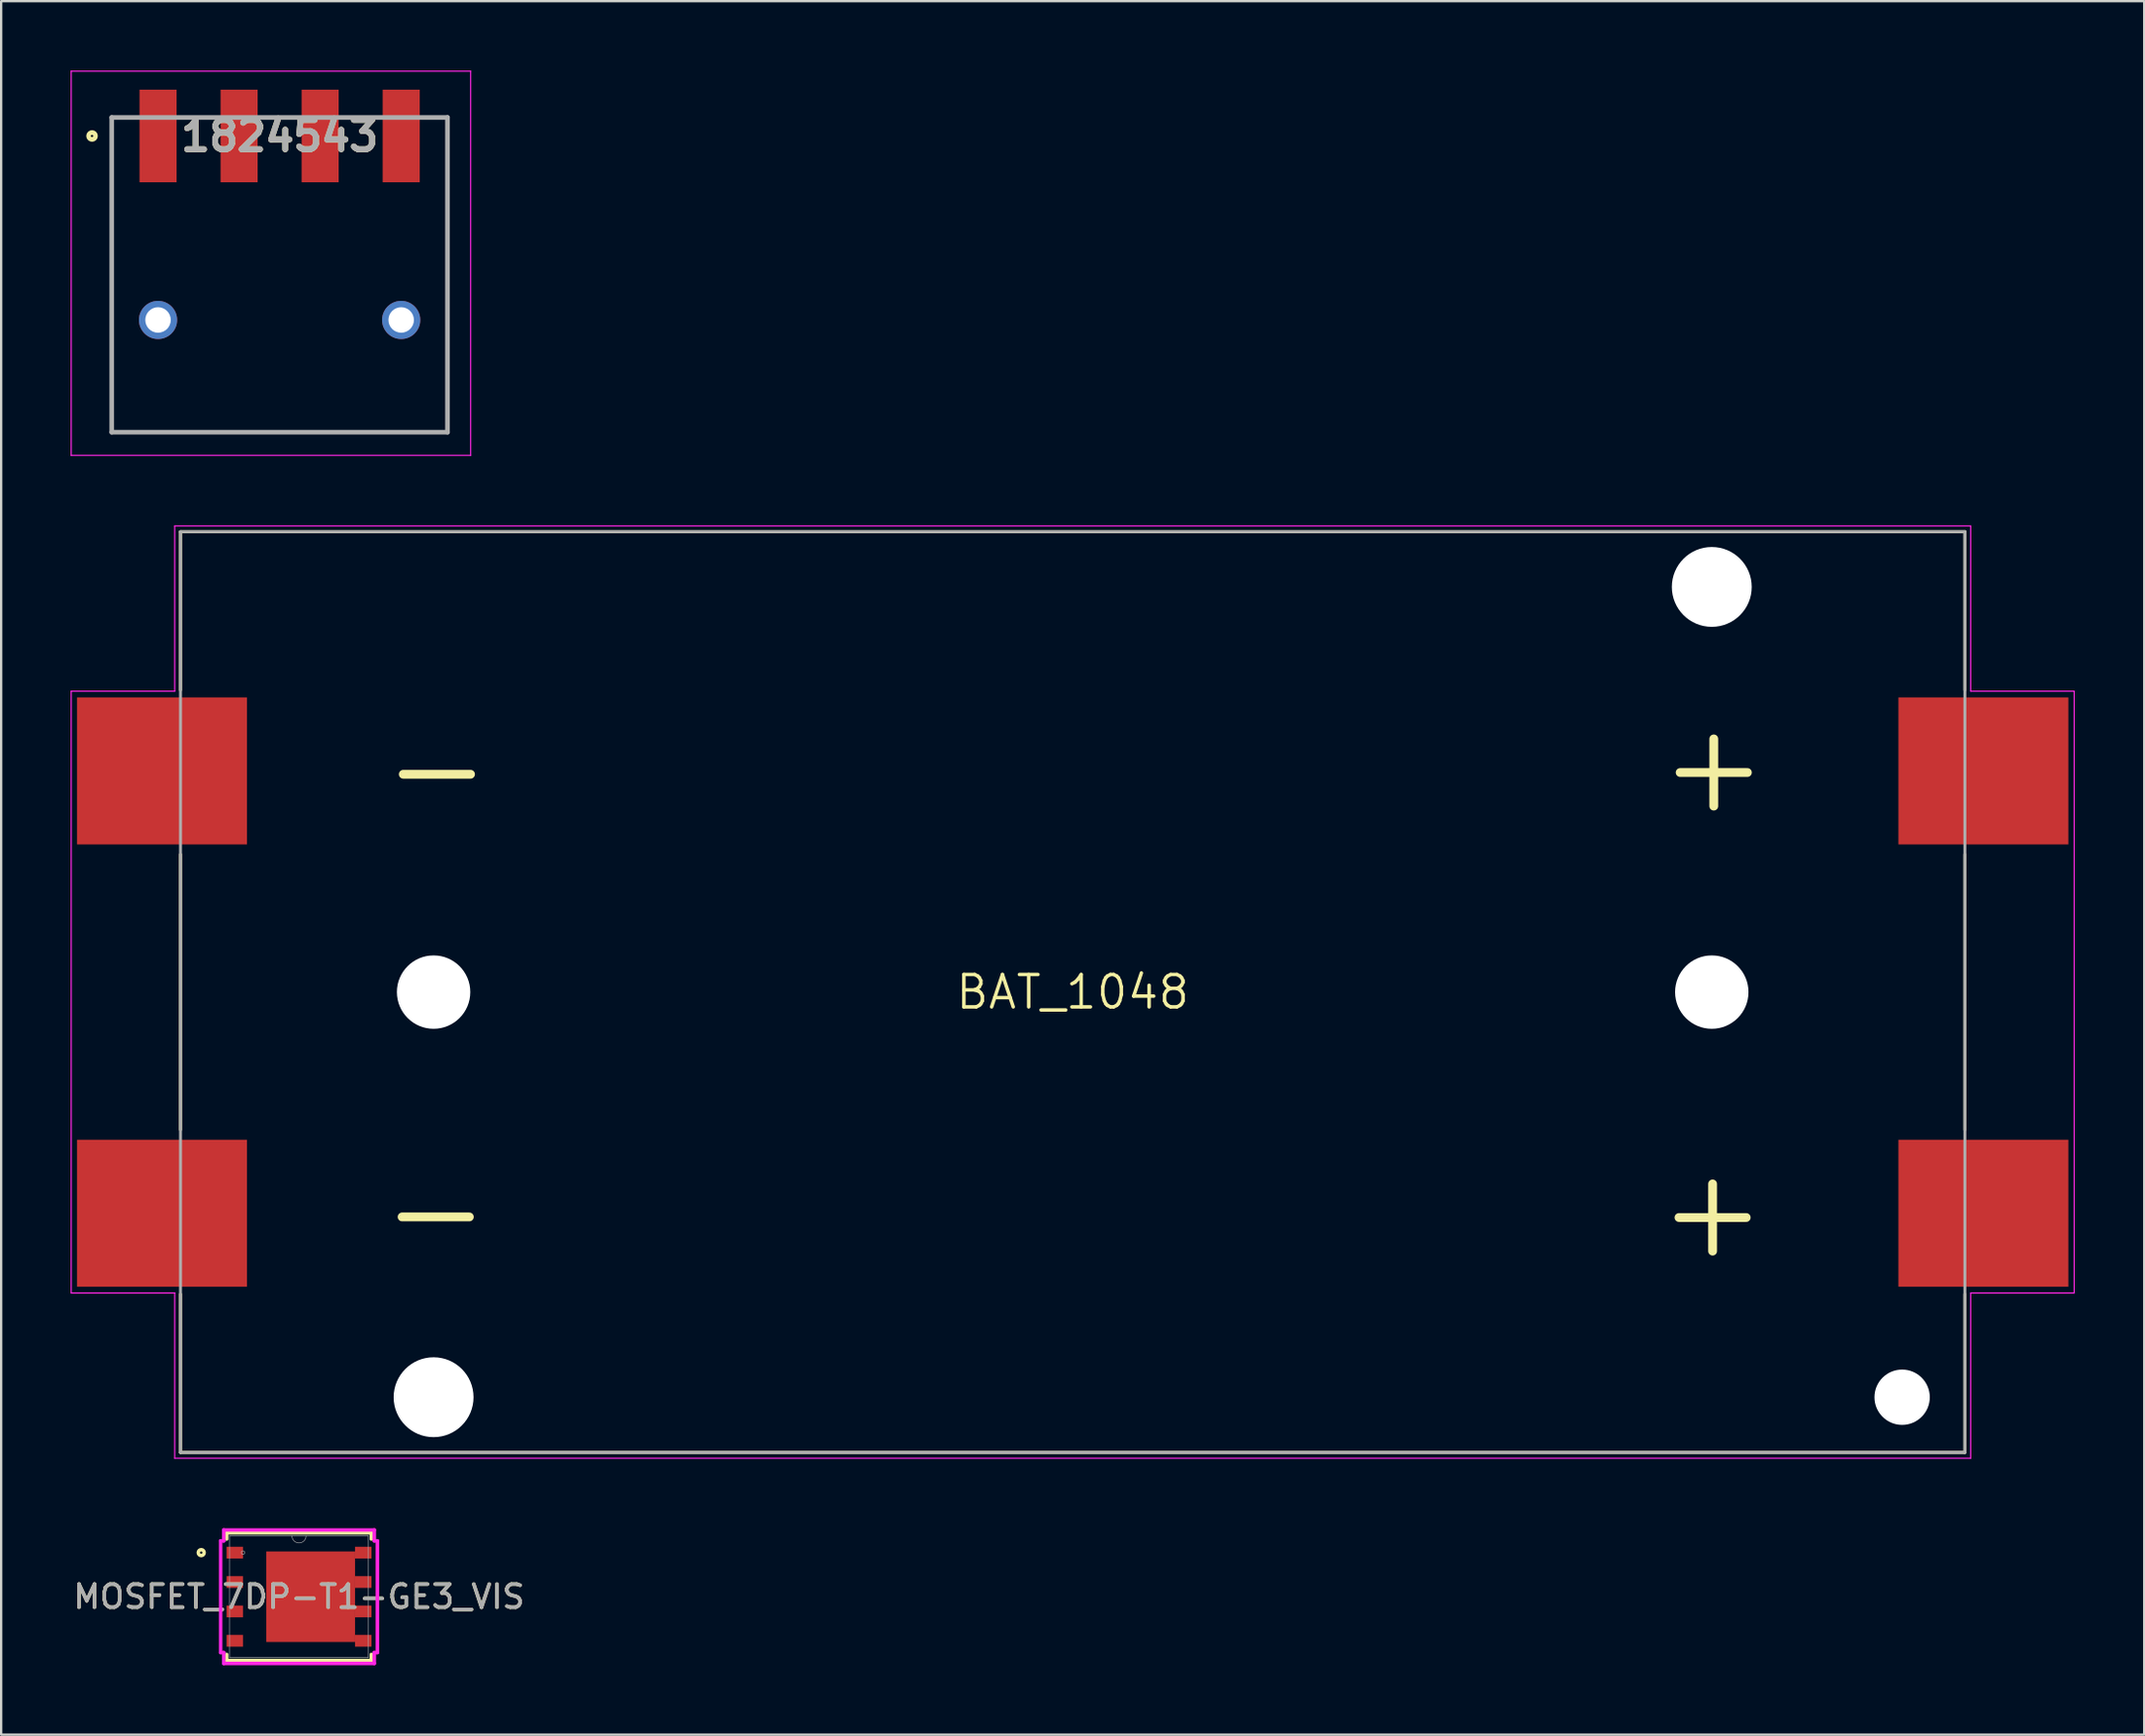
<source format=kicad_pcb>
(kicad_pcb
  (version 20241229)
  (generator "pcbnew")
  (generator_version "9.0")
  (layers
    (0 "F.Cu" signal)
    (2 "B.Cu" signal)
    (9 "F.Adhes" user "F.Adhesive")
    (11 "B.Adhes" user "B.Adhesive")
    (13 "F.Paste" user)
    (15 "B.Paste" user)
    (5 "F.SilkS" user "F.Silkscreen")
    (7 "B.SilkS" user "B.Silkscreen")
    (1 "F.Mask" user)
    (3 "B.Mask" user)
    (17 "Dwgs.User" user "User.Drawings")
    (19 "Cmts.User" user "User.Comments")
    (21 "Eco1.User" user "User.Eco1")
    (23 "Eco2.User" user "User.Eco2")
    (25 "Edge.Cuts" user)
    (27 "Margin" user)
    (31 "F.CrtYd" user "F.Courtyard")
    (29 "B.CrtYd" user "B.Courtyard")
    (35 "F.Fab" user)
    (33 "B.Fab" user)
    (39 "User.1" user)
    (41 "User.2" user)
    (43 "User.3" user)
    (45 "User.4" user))
  (footprint "MOSFET_7DP-T1-GE3_VIS"
    (layer "F.Cu")
    (at 9.863 65.939)
    (property "Reference" "MOSFET_7DP-T1-GE3_VIS" (at 0 0 0) (unlocked yes) (layer "F.SilkS") (effects (font (size 1 1) (thickness 0.15))))
    (attr smd)
    (fp_poly (pts (xy -1.416 -1.956) (xy -1.416 1.956) (xy 2.419 1.956) (xy 2.419 2.159) (xy 3.131 2.159) (xy 3.131 1.651) (xy 2.419 1.651) (xy 2.419 0.889) (xy 3.131 0.889) (xy 3.131 0.381) (xy 2.419 0.381) (xy 2.419 -0.381) (xy 3.131 -0.381) (xy 3.131 -0.889) (xy 2.419 -0.889) (xy 2.419 -1.651) (xy 3.131 -1.651) (xy 3.131 -2.159) (xy 2.419 -2.159) (xy 2.419 -1.956)) (stroke (width 0) (type solid)) (fill yes) (layer "F.Mask"))
    (fp_line (start -3.124 -2.756) (end -3.124 -2.492) (stroke (width 0.152) (type solid)) (layer "F.SilkS"))
    (fp_line (start -3.124 2.492) (end -3.124 2.756) (stroke (width 0.152) (type solid)) (layer "F.SilkS"))
    (fp_line (start -3.124 2.756) (end 3.124 2.756) (stroke (width 0.152) (type solid)) (layer "F.SilkS"))
    (fp_line (start 3.124 -2.756) (end -3.124 -2.756) (stroke (width 0.152) (type solid)) (layer "F.SilkS"))
    (fp_line (start 3.124 -2.492) (end 3.124 -2.756) (stroke (width 0.152) (type solid)) (layer "F.SilkS"))
    (fp_line (start 3.124 2.756) (end 3.124 2.492) (stroke (width 0.152) (type solid)) (layer "F.SilkS"))
    (fp_circle (center -4.223 -1.905) (end -4.096 -1.905) (stroke (width 0.152) (type solid)) (fill no) (layer "F.SilkS"))
    (fp_poly (pts (xy -1.818 -1.856) (xy -1.818 -0.752) (xy -0.739 -0.752) (xy -0.739 -1.856)) (stroke (width 0) (type solid)) (fill yes) (layer "F.Paste"))
    (fp_poly (pts (xy -1.818 -0.552) (xy -1.818 0.552) (xy -0.739 0.552) (xy -0.739 -0.552)) (stroke (width 0) (type solid)) (fill yes) (layer "F.Paste"))
    (fp_poly (pts (xy -1.818 0.752) (xy -1.818 1.856) (xy -0.739 1.856) (xy -0.739 0.752)) (stroke (width 0) (type solid)) (fill yes) (layer "F.Paste"))
    (fp_poly (pts (xy -0.539 -1.856) (xy -0.539 -0.752) (xy 0.539 -0.752) (xy 0.539 -1.856)) (stroke (width 0) (type solid)) (fill yes) (layer "F.Paste"))
    (fp_poly (pts (xy -0.539 -0.552) (xy -0.539 0.552) (xy 0.539 0.552) (xy 0.539 -0.552)) (stroke (width 0) (type solid)) (fill yes) (layer "F.Paste"))
    (fp_poly (pts (xy -0.539 0.752) (xy -0.539 1.856) (xy 0.539 1.856) (xy 0.539 0.752)) (stroke (width 0) (type solid)) (fill yes) (layer "F.Paste"))
    (fp_poly (pts (xy 0.739 -1.856) (xy 0.739 -0.752) (xy 1.818 -0.752) (xy 1.818 -1.856)) (stroke (width 0) (type solid)) (fill yes) (layer "F.Paste"))
    (fp_poly (pts (xy 0.739 -0.552) (xy 0.739 0.552) (xy 1.818 0.552) (xy 1.818 -0.552)) (stroke (width 0) (type solid)) (fill yes) (layer "F.Paste"))
    (fp_poly (pts (xy 0.739 0.752) (xy 0.739 1.856) (xy 1.818 1.856) (xy 1.818 0.752)) (stroke (width 0) (type solid)) (fill yes) (layer "F.Paste"))
    (fp_poly (pts (xy -1.416 -1.956) (xy -1.416 1.956) (xy 2.419 1.956) (xy 2.419 2.159) (xy 3.131 2.159) (xy 3.131 1.651) (xy 2.419 1.651) (xy 2.419 0.889) (xy 3.131 0.889) (xy 3.131 0.381) (xy 2.419 0.381) (xy 2.419 -0.381) (xy 3.131 -0.381) (xy 3.131 -0.889) (xy 2.419 -0.889) (xy 2.419 -1.651) (xy 3.131 -1.651) (xy 3.131 -2.159) (xy 2.419 -2.159) (xy 2.419 -1.956)) (stroke (width 0) (type solid)) (fill yes) (layer "F.Paste"))
    (fp_line (start -3.385 -2.413) (end -3.251 -2.413) (stroke (width 0.152) (type solid)) (layer "F.CrtYd"))
    (fp_line (start -3.385 2.413) (end -3.385 -2.413) (stroke (width 0.152) (type solid)) (layer "F.CrtYd"))
    (fp_line (start -3.385 2.413) (end -3.251 2.413) (stroke (width 0.152) (type solid)) (layer "F.CrtYd"))
    (fp_line (start -3.251 -2.883) (end 3.251 -2.883) (stroke (width 0.152) (type solid)) (layer "F.CrtYd"))
    (fp_line (start -3.251 -2.413) (end -3.251 -2.883) (stroke (width 0.152) (type solid)) (layer "F.CrtYd"))
    (fp_line (start -3.251 2.883) (end -3.251 2.413) (stroke (width 0.152) (type solid)) (layer "F.CrtYd"))
    (fp_line (start 3.251 -2.883) (end 3.251 -2.413) (stroke (width 0.152) (type solid)) (layer "F.CrtYd"))
    (fp_line (start 3.251 2.413) (end 3.251 2.883) (stroke (width 0.152) (type solid)) (layer "F.CrtYd"))
    (fp_line (start 3.251 2.883) (end -3.251 2.883) (stroke (width 0.152) (type solid)) (layer "F.CrtYd"))
    (fp_line (start 3.385 -2.413) (end 3.251 -2.413) (stroke (width 0.152) (type solid)) (layer "F.CrtYd"))
    (fp_line (start 3.385 -2.413) (end 3.385 2.413) (stroke (width 0.152) (type solid)) (layer "F.CrtYd"))
    (fp_line (start 3.385 2.413) (end 3.251 2.413) (stroke (width 0.152) (type solid)) (layer "F.CrtYd"))
    (fp_line (start -2.997 -2.629) (end -2.997 2.629) (stroke (width 0.025) (type solid)) (layer "F.Fab"))
    (fp_line (start -2.997 2.629) (end 2.997 2.629) (stroke (width 0.025) (type solid)) (layer "F.Fab"))
    (fp_line (start 2.997 -2.629) (end -2.997 -2.629) (stroke (width 0.025) (type solid)) (layer "F.Fab"))
    (fp_line (start 2.997 2.629) (end 2.997 -2.629) (stroke (width 0.025) (type solid)) (layer "F.Fab"))
    (fp_arc (start 0.3048 -2.6289) (mid 0 -2.3241) (end -0.3048 -2.6289) (stroke (width 0.0254) (type solid)) (layer "F.Fab"))
    (fp_circle (center -2.419 -1.905) (end -2.343 -1.905) (stroke (width 0.025) (type solid)) (fill no) (layer "F.Fab"))
    (fp_text user "${REFERENCE}" (at 0 0 0) (unlocked yes) (layer "F.Fab") (effects (font (size 1 1) (thickness 0.15))))
    (pad "1" smd rect (at -2.775 -1.905) (size 0.711 0.508) (layers "F.Cu" "F.Mask" "F.Paste"))
    (pad "2" smd rect (at -2.775 -0.635) (size 0.711 0.508) (layers "F.Cu" "F.Mask" "F.Paste"))
    (pad "3" smd rect (at -2.775 0.635) (size 0.711 0.508) (layers "F.Cu" "F.Mask" "F.Paste"))
    (pad "4" smd rect (at -2.775 1.905) (size 0.711 0.508) (layers "F.Cu" "F.Mask" "F.Paste"))
    (pad "5" smd rect (at 2.775 1.905) (size 0.711 0.508) (layers "F.Cu" "F.Mask" "F.Paste"))
    (pad "6" smd rect (at 2.775 0.635) (size 0.711 0.508) (layers "F.Cu" "F.Mask" "F.Paste"))
    (pad "7" smd rect (at 2.775 -0.635) (size 0.711 0.508) (layers "F.Cu" "F.Mask" "F.Paste"))
    (pad "8" smd rect (at 0.502 0) (size 3.835 3.912) (layers "F.Cu" "F.Mask" "F.Paste"))
    (pad "8" smd rect (at 2.775 -1.905) (size 0.711 0.508) (layers "F.Cu" "F.Mask" "F.Paste")))
  (footprint "1824543"
    (layer "F.Cu")
    (at 9.025 2.825)
    (property "Reference" "1824543" (at 0 0 0) (layer "F.SilkS") (effects (font (size 1.27 1.27) (thickness 0.254))))
    (attr through_hole)
    (fp_line (start -7.25 12.8) (end -7.25 -0.8) (stroke (width 0.1) (type solid)) (layer "F.SilkS"))
    (fp_line (start 7.25 -0.8) (end 7.25 12.8) (stroke (width 0.1) (type solid)) (layer "F.SilkS"))
    (fp_line (start 7.25 12.8) (end -7.25 12.8) (stroke (width 0.1) (type solid)) (layer "F.SilkS"))
    (fp_circle (center -8.1 0) (end -8.1 0.05) (stroke (width 0.2) (type solid)) (fill no) (layer "F.SilkS"))
    (fp_line (start -9 -2.8) (end 8.25 -2.8) (stroke (width 0.05) (type solid)) (layer "F.CrtYd"))
    (fp_line (start -9 13.8) (end -9 -2.8) (stroke (width 0.05) (type solid)) (layer "F.CrtYd"))
    (fp_line (start 8.25 -2.8) (end 8.25 13.8) (stroke (width 0.05) (type solid)) (layer "F.CrtYd"))
    (fp_line (start 8.25 13.8) (end -9 13.8) (stroke (width 0.05) (type solid)) (layer "F.CrtYd"))
    (fp_line (start -7.25 -0.8) (end 7.25 -0.8) (stroke (width 0.2) (type solid)) (layer "F.Fab"))
    (fp_line (start -7.25 12.8) (end -7.25 -0.8) (stroke (width 0.2) (type solid)) (layer "F.Fab"))
    (fp_line (start 7.25 -0.8) (end 7.25 12.8) (stroke (width 0.2) (type solid)) (layer "F.Fab"))
    (fp_line (start 7.25 12.8) (end -7.25 12.8) (stroke (width 0.2) (type solid)) (layer "F.Fab"))
    (fp_text user "${REFERENCE}" (at 0 0 0) (layer "F.Fab") (effects (font (size 1.27 1.27) (thickness 0.254))))
    (pad "1" smd rect (at -5.25 0) (size 1.6 4) (layers "F.Cu" "F.Mask" "F.Paste"))
    (pad "2" smd rect (at -1.75 0) (size 1.6 4) (layers "F.Cu" "F.Mask" "F.Paste"))
    (pad "3" smd rect (at 1.75 0) (size 1.6 4) (layers "F.Cu" "F.Mask" "F.Paste"))
    (pad "4" smd rect (at 5.25 0) (size 1.6 4) (layers "F.Cu" "F.Mask" "F.Paste"))
    (pad "5" thru_hole circle (at -5.25 7.95) (size 1.65 1.65) (drill 1.1) (layers "*.Cu" "*.Mask"))
    (pad "6" thru_hole circle (at 5.25 7.95) (size 1.65 1.65) (drill 1.1) (layers "*.Cu" "*.Mask")))
  (footprint "BAT_1048"
    (layer "F.Cu")
    (at 43.275 39.815)
    (property "Reference" "BAT_1048" (at 0 0 0) (layer "F.SilkS") (effects (font (size 1.4 1.4) (thickness 0.15))))
    (attr through_hole)
    (fp_line (start -38.53 -19.89) (end 38.53 -19.89) (stroke (width 0.127) (type solid)) (layer "F.SilkS"))
    (fp_line (start -38.53 -13.05) (end -38.53 -19.89) (stroke (width 0.127) (type solid)) (layer "F.SilkS"))
    (fp_line (start -38.53 -5.95) (end -38.53 5.95) (stroke (width 0.127) (type solid)) (layer "F.SilkS"))
    (fp_line (start -38.53 13.05) (end -38.53 19.89) (stroke (width 0.127) (type solid)) (layer "F.SilkS"))
    (fp_line (start -38.53 19.89) (end 38.53 19.89) (stroke (width 0.127) (type solid)) (layer "F.SilkS"))
    (fp_line (start 38.53 -19.89) (end 38.53 -13.05) (stroke (width 0.127) (type solid)) (layer "F.SilkS"))
    (fp_line (start 38.53 -5.95) (end 38.53 5.95) (stroke (width 0.127) (type solid)) (layer "F.SilkS"))
    (fp_line (start 38.53 19.89) (end 38.53 13.05) (stroke (width 0.127) (type solid)) (layer "F.SilkS"))
    (fp_line (start -43.25 -13) (end -38.78 -13) (stroke (width 0.05) (type solid)) (layer "F.CrtYd"))
    (fp_line (start -43.25 13) (end -43.25 -13) (stroke (width 0.05) (type solid)) (layer "F.CrtYd"))
    (fp_line (start -38.78 -20.14) (end 38.78 -20.14) (stroke (width 0.05) (type solid)) (layer "F.CrtYd"))
    (fp_line (start -38.78 -13) (end -38.78 -20.14) (stroke (width 0.05) (type solid)) (layer "F.CrtYd"))
    (fp_line (start -38.78 13) (end -43.25 13) (stroke (width 0.05) (type solid)) (layer "F.CrtYd"))
    (fp_line (start -38.78 20.14) (end -38.78 13) (stroke (width 0.05) (type solid)) (layer "F.CrtYd"))
    (fp_line (start 38.78 -20.14) (end 38.78 -13) (stroke (width 0.05) (type solid)) (layer "F.CrtYd"))
    (fp_line (start 38.78 -13) (end 43.25 -13) (stroke (width 0.05) (type solid)) (layer "F.CrtYd"))
    (fp_line (start 38.78 13) (end 38.78 20.14) (stroke (width 0.05) (type solid)) (layer "F.CrtYd"))
    (fp_line (start 38.78 20.14) (end -38.78 20.14) (stroke (width 0.05) (type solid)) (layer "F.CrtYd"))
    (fp_line (start 43.25 -13) (end 43.25 13) (stroke (width 0.05) (type solid)) (layer "F.CrtYd"))
    (fp_line (start 43.25 13) (end 38.78 13) (stroke (width 0.05) (type solid)) (layer "F.CrtYd"))
    (fp_line (start -38.53 -19.89) (end 38.53 -19.89) (stroke (width 0.127) (type solid)) (layer "F.Fab"))
    (fp_line (start -38.53 19.89) (end -38.53 -19.89) (stroke (width 0.127) (type solid)) (layer "F.Fab"))
    (fp_line (start 38.53 -19.89) (end 38.53 19.89) (stroke (width 0.127) (type solid)) (layer "F.Fab"))
    (fp_line (start 38.53 19.89) (end -38.53 19.89) (stroke (width 0.127) (type solid)) (layer "F.Fab"))
    (fp_text user "+" (at 27.635 9.449 0) (unlocked yes) (layer "F.SilkS") (effects (font (size 3.81 3.81) (thickness 0.381)) (justify mirror)))
    (fp_text user "-" (at -27.457 -9.703 0) (unlocked yes) (layer "F.SilkS") (effects (font (size 3.81 3.81) (thickness 0.381)) (justify mirror)))
    (fp_text user "+" (at 27.686 -9.779 0) (unlocked yes) (layer "F.SilkS") (effects (font (size 3.81 3.81) (thickness 0.381)) (justify mirror)))
    (fp_text user "-" (at -27.508 9.423 0) (unlocked yes) (layer "F.SilkS") (effects (font (size 3.81 3.81) (thickness 0.381)) (justify mirror)))
    (pad "" np_thru_hole circle (at -27.6 0) (size 3.17 3.17) (drill 3.17) (layers "*.Cu" "*.Mask"))
    (pad "" np_thru_hole circle (at -27.6 17.505) (size 3.45 3.45) (drill 3.45) (layers "*.Cu" "*.Mask"))
    (pad "" np_thru_hole circle (at 27.6 -17.505) (size 3.45 3.45) (drill 3.45) (layers "*.Cu" "*.Mask"))
    (pad "" np_thru_hole circle (at 27.6 0) (size 3.17 3.17) (drill 3.17) (layers "*.Cu" "*.Mask"))
    (pad "" np_thru_hole circle (at 35.82 17.505) (size 2.39 2.39) (drill 2.39) (layers "*.Cu" "*.Mask"))
    (pad "1" smd rect (at -39.33 -9.555) (size 7.34 6.35) (layers "F.Cu" "F.Mask" "F.Paste"))
    (pad "2" smd rect (at 39.33 -9.555) (size 7.34 6.35) (layers "F.Cu" "F.Mask" "F.Paste"))
    (pad "3" smd rect (at -39.33 9.555) (size 7.34 6.35) (layers "F.Cu" "F.Mask" "F.Paste"))
    (pad "4" smd rect (at 39.33 9.555) (size 7.34 6.35) (layers "F.Cu" "F.Mask" "F.Paste")))
  (gr_rect
    (start -3 -3)
    (end 89.55 71.898)
    (stroke (width 0.1) (type default))
    (fill no)
    (layer "Edge.Cuts")))
</source>
